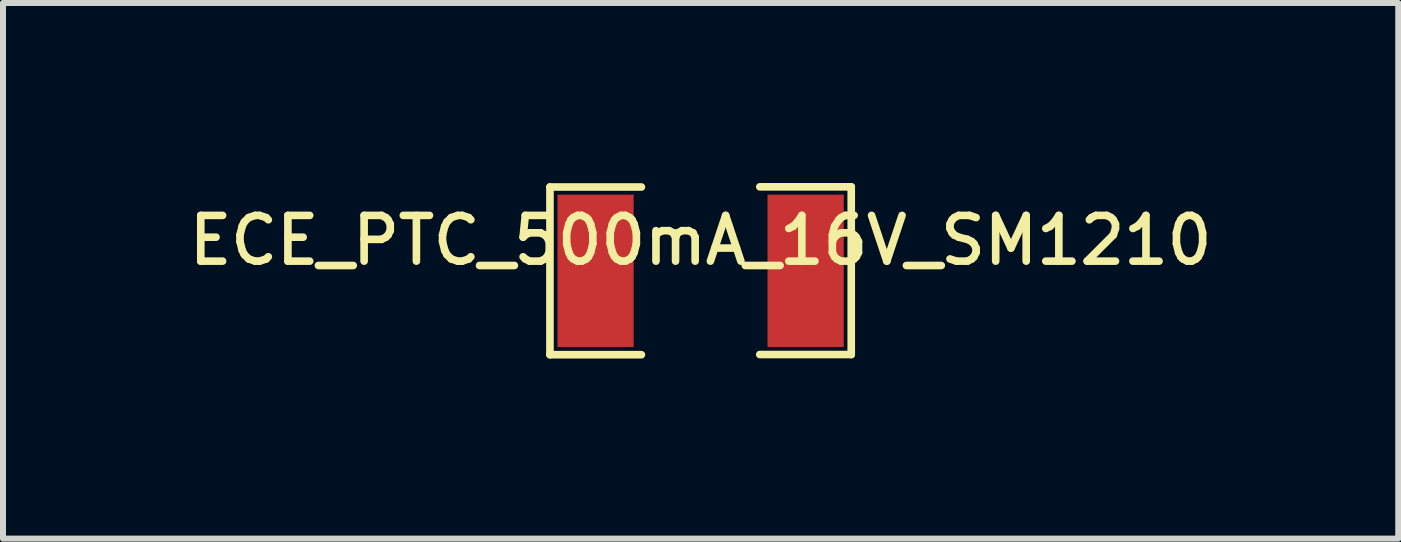
<source format=kicad_pcb>
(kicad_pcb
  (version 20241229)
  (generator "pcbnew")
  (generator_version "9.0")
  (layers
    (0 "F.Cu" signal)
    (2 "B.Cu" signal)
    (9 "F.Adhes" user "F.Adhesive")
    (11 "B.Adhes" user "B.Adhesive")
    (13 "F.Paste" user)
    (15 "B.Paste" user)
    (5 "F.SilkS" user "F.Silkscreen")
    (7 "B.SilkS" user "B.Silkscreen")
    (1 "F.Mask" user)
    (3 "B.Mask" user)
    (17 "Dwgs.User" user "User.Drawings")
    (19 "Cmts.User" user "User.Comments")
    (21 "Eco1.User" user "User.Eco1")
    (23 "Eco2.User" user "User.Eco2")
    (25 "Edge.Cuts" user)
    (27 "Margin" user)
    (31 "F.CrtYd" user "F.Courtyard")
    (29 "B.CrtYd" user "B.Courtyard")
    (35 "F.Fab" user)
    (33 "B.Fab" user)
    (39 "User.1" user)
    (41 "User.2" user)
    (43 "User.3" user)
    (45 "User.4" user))
  (footprint "ECE_PTC_500mA_16V_SM1210"
    (layer "F.Cu")
    (at 8.623 1.463)
    (property "Reference" "ECE_PTC_500mA_16V_SM1210" (at 0 -0.508 0) (layer "F.SilkS") (effects (font (size 0.762 0.762) (thickness 0.127))))
    (attr smd)
    (fp_line (start -2.51 -1.397) (end -2.51 1.397) (stroke (width 0.127) (type solid)) (layer "F.SilkS"))
    (fp_line (start -2.51 1.397) (end -0.986 1.397) (stroke (width 0.127) (type solid)) (layer "F.SilkS"))
    (fp_line (start -0.986 -1.397) (end -2.51 -1.397) (stroke (width 0.127) (type solid)) (layer "F.SilkS"))
    (fp_line (start 0.986 1.394) (end 2.51 1.394) (stroke (width 0.127) (type solid)) (layer "F.SilkS"))
    (fp_line (start 2.51 -1.4) (end 0.986 -1.4) (stroke (width 0.127) (type solid)) (layer "F.SilkS"))
    (fp_line (start 2.51 1.394) (end 2.51 -1.4) (stroke (width 0.127) (type solid)) (layer "F.SilkS"))
    (pad "1" smd rect (at -1.75 0) (size 1.27 2.54) (layers "F.Cu" "F.Mask" "F.Paste"))
    (pad "2" smd rect (at 1.75 0) (size 1.27 2.54) (layers "F.Cu" "F.Mask" "F.Paste")))
  (gr_rect
    (start -3 -3)
    (end 20.247 5.924)
    (stroke (width 0.1) (type default))
    (fill no)
    (layer "Edge.Cuts")))
</source>
